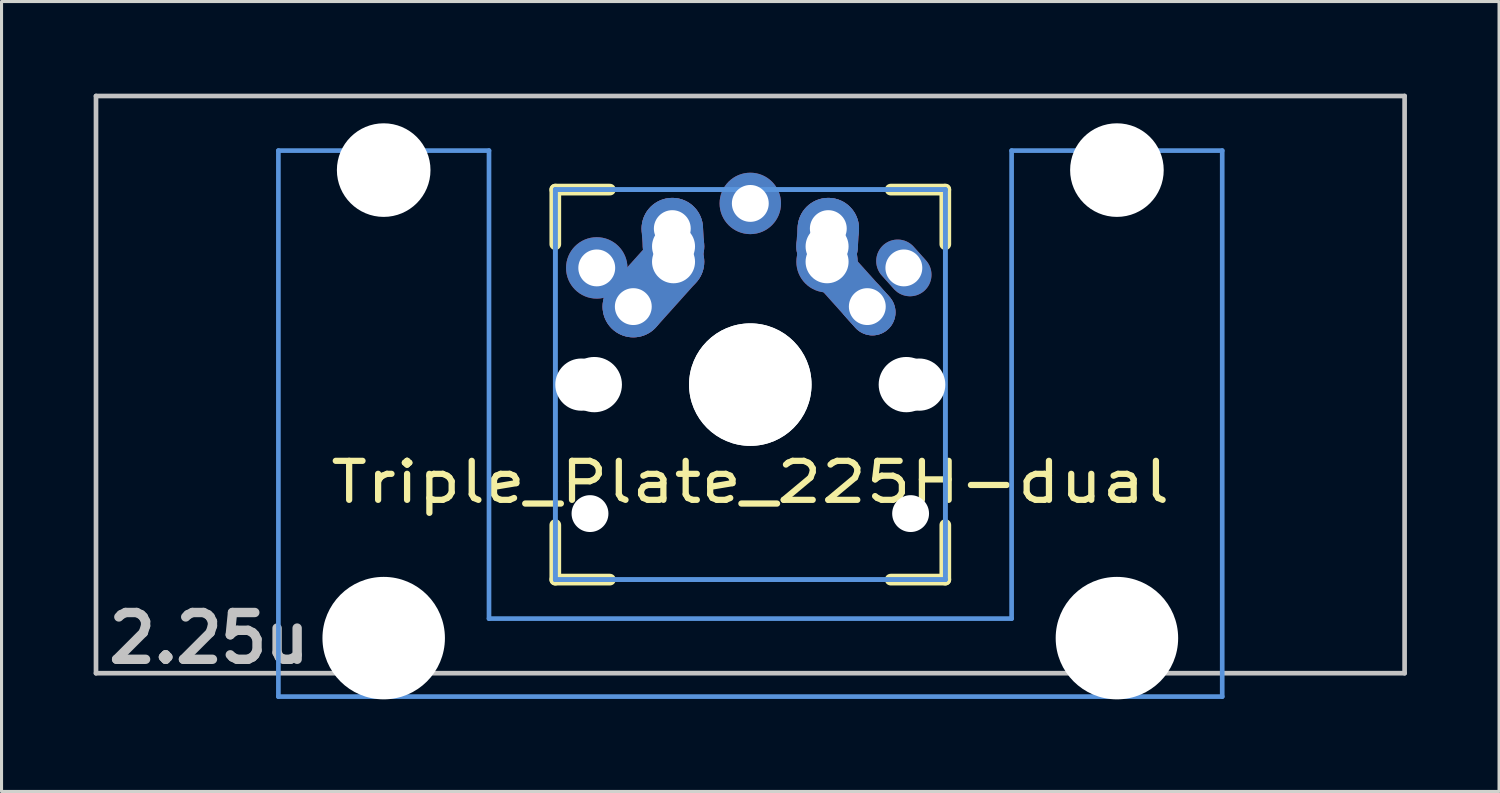
<source format=kicad_pcb>
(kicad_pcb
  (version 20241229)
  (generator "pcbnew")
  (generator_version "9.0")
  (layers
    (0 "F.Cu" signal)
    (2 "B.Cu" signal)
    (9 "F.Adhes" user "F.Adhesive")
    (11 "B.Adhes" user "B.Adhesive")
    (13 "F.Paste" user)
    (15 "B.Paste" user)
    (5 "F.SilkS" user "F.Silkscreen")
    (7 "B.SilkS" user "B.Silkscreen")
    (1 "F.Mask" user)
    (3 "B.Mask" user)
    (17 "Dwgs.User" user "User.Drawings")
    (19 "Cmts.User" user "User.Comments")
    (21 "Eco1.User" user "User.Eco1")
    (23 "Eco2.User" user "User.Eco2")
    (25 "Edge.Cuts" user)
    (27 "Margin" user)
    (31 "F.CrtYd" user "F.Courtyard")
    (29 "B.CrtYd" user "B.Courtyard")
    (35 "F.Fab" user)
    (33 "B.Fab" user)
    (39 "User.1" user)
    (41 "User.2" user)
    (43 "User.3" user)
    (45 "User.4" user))
  (footprint "Triple_Plate_225H-dual"
    (layer "F.Cu")
    (at 21.382 9.474)
    (property "Reference" "Triple_Plate_225H-dual" (at 0 3.175 0) (layer "F.SilkS") (effects (font (size 1.27 1.524) (thickness 0.203))))
    (attr through_hole)
    (fp_line (start -6.35 -6.35) (end -4.572 -6.35) (stroke (width 0.381) (type solid)) (layer "F.SilkS"))
    (fp_line (start -6.35 -4.572) (end -6.35 -6.35) (stroke (width 0.381) (type solid)) (layer "F.SilkS"))
    (fp_line (start -6.35 6.35) (end -6.35 4.572) (stroke (width 0.381) (type solid)) (layer "F.SilkS"))
    (fp_line (start -4.572 6.35) (end -6.35 6.35) (stroke (width 0.381) (type solid)) (layer "F.SilkS"))
    (fp_line (start 4.572 -6.35) (end 6.35 -6.35) (stroke (width 0.381) (type solid)) (layer "F.SilkS"))
    (fp_line (start 6.35 -6.35) (end 6.35 -4.572) (stroke (width 0.381) (type solid)) (layer "F.SilkS"))
    (fp_line (start 6.35 4.572) (end 6.35 6.35) (stroke (width 0.381) (type solid)) (layer "F.SilkS"))
    (fp_line (start 6.35 6.35) (end 4.572 6.35) (stroke (width 0.381) (type solid)) (layer "F.SilkS"))
    (fp_line (start -21.306 -9.398) (end 21.306 -9.398) (stroke (width 0.152) (type solid)) (layer "Dwgs.User"))
    (fp_line (start -21.306 9.398) (end -21.306 -9.398) (stroke (width 0.152) (type solid)) (layer "Dwgs.User"))
    (fp_line (start 21.306 -9.398) (end 21.306 9.398) (stroke (width 0.152) (type solid)) (layer "Dwgs.User"))
    (fp_line (start 21.306 9.398) (end -21.306 9.398) (stroke (width 0.152) (type solid)) (layer "Dwgs.User"))
    (fp_line (start -15.367 -7.62) (end -15.367 10.16) (stroke (width 0.152) (type solid)) (layer "Cmts.User"))
    (fp_line (start -15.367 10.16) (end 15.367 10.16) (stroke (width 0.152) (type solid)) (layer "Cmts.User"))
    (fp_line (start -8.509 -7.62) (end -15.367 -7.62) (stroke (width 0.152) (type solid)) (layer "Cmts.User"))
    (fp_line (start -8.509 7.62) (end -8.509 -7.62) (stroke (width 0.152) (type solid)) (layer "Cmts.User"))
    (fp_line (start -6.35 -6.35) (end 6.35 -6.35) (stroke (width 0.152) (type solid)) (layer "Cmts.User"))
    (fp_line (start -6.35 -6.35) (end 6.35 -6.35) (stroke (width 0.152) (type solid)) (layer "Cmts.User"))
    (fp_line (start -6.35 6.35) (end -6.35 -6.35) (stroke (width 0.152) (type solid)) (layer "Cmts.User"))
    (fp_line (start -6.35 6.35) (end -6.35 -6.35) (stroke (width 0.152) (type solid)) (layer "Cmts.User"))
    (fp_line (start 6.35 -6.35) (end 6.35 6.35) (stroke (width 0.152) (type solid)) (layer "Cmts.User"))
    (fp_line (start 6.35 -6.35) (end 6.35 6.35) (stroke (width 0.152) (type solid)) (layer "Cmts.User"))
    (fp_line (start 6.35 6.35) (end -6.35 6.35) (stroke (width 0.152) (type solid)) (layer "Cmts.User"))
    (fp_line (start 6.35 6.35) (end -6.35 6.35) (stroke (width 0.152) (type solid)) (layer "Cmts.User"))
    (fp_line (start 8.509 -7.62) (end 8.509 7.62) (stroke (width 0.152) (type solid)) (layer "Cmts.User"))
    (fp_line (start 8.509 7.62) (end -8.509 7.62) (stroke (width 0.152) (type solid)) (layer "Cmts.User"))
    (fp_line (start 15.367 -7.62) (end 8.509 -7.62) (stroke (width 0.152) (type solid)) (layer "Cmts.User"))
    (fp_line (start 15.367 10.16) (end 15.367 -7.62) (stroke (width 0.152) (type solid)) (layer "Cmts.User"))
    (fp_line (start -16.129 -2.286) (end -15.265 -2.286) (stroke (width 0.152) (type solid)) (layer "Eco2.User"))
    (fp_line (start -16.129 0.508) (end -16.129 -2.286) (stroke (width 0.152) (type solid)) (layer "Eco2.User"))
    (fp_line (start -15.265 -5.69) (end -8.611 -5.69) (stroke (width 0.152) (type solid)) (layer "Eco2.User"))
    (fp_line (start -15.265 -2.286) (end -15.265 -5.69) (stroke (width 0.152) (type solid)) (layer "Eco2.User"))
    (fp_line (start -15.265 0.508) (end -16.129 0.508) (stroke (width 0.152) (type solid)) (layer "Eco2.User"))
    (fp_line (start -15.265 6.604) (end -15.265 0.508) (stroke (width 0.152) (type solid)) (layer "Eco2.User"))
    (fp_line (start -14.224 6.604) (end -15.265 6.604) (stroke (width 0.152) (type solid)) (layer "Eco2.User"))
    (fp_line (start -14.224 7.772) (end -14.224 6.604) (stroke (width 0.152) (type solid)) (layer "Eco2.User"))
    (fp_line (start -9.652 6.604) (end -9.652 7.772) (stroke (width 0.152) (type solid)) (layer "Eco2.User"))
    (fp_line (start -9.652 7.772) (end -14.224 7.772) (stroke (width 0.152) (type solid)) (layer "Eco2.User"))
    (fp_line (start -8.611 -5.69) (end -8.611 -4.877) (stroke (width 0.152) (type solid)) (layer "Eco2.User"))
    (fp_line (start -8.611 -4.877) (end -6.985 -4.877) (stroke (width 0.152) (type solid)) (layer "Eco2.User"))
    (fp_line (start -8.611 5.817) (end -8.611 6.604) (stroke (width 0.152) (type solid)) (layer "Eco2.User"))
    (fp_line (start -8.611 6.604) (end -9.652 6.604) (stroke (width 0.152) (type solid)) (layer "Eco2.User"))
    (fp_line (start -7.5 -7.5) (end 7.5 -7.5) (stroke (width 0.152) (type solid)) (layer "Eco2.User"))
    (fp_line (start -7.5 7.5) (end -7.5 -7.5) (stroke (width 0.152) (type solid)) (layer "Eco2.User"))
    (fp_line (start -6.985 -6.985) (end 6.985 -6.985) (stroke (width 0.152) (type solid)) (layer "Eco2.User"))
    (fp_line (start -6.985 -6.985) (end 6.985 -6.985) (stroke (width 0.152) (type solid)) (layer "Eco2.User"))
    (fp_line (start -6.985 -4.877) (end -6.985 -6.985) (stroke (width 0.152) (type solid)) (layer "Eco2.User"))
    (fp_line (start -6.985 5.817) (end -8.611 5.817) (stroke (width 0.152) (type solid)) (layer "Eco2.User"))
    (fp_line (start -6.985 6.985) (end -6.985 -6.985) (stroke (width 0.152) (type solid)) (layer "Eco2.User"))
    (fp_line (start -6.985 6.985) (end -6.985 5.817) (stroke (width 0.152) (type solid)) (layer "Eco2.User"))
    (fp_line (start 6.985 -6.985) (end 6.985 -4.877) (stroke (width 0.152) (type solid)) (layer "Eco2.User"))
    (fp_line (start 6.985 -6.985) (end 6.985 6.985) (stroke (width 0.152) (type solid)) (layer "Eco2.User"))
    (fp_line (start 6.985 -4.877) (end 8.611 -4.877) (stroke (width 0.152) (type solid)) (layer "Eco2.User"))
    (fp_line (start 6.985 5.817) (end 6.985 6.985) (stroke (width 0.152) (type solid)) (layer "Eco2.User"))
    (fp_line (start 6.985 6.985) (end -6.985 6.985) (stroke (width 0.152) (type solid)) (layer "Eco2.User"))
    (fp_line (start 6.985 6.985) (end -6.985 6.985) (stroke (width 0.152) (type solid)) (layer "Eco2.User"))
    (fp_line (start 7.5 -7.5) (end 7.5 7.5) (stroke (width 0.152) (type solid)) (layer "Eco2.User"))
    (fp_line (start 7.5 7.5) (end -7.5 7.5) (stroke (width 0.152) (type solid)) (layer "Eco2.User"))
    (fp_line (start 8.611 -5.69) (end 15.265 -5.69) (stroke (width 0.152) (type solid)) (layer "Eco2.User"))
    (fp_line (start 8.611 -4.877) (end 8.611 -5.69) (stroke (width 0.152) (type solid)) (layer "Eco2.User"))
    (fp_line (start 8.611 5.817) (end 6.985 5.817) (stroke (width 0.152) (type solid)) (layer "Eco2.User"))
    (fp_line (start 8.611 6.604) (end 8.611 5.817) (stroke (width 0.152) (type solid)) (layer "Eco2.User"))
    (fp_line (start 9.652 6.604) (end 8.611 6.604) (stroke (width 0.152) (type solid)) (layer "Eco2.User"))
    (fp_line (start 9.652 7.772) (end 9.652 6.604) (stroke (width 0.152) (type solid)) (layer "Eco2.User"))
    (fp_line (start 14.224 6.604) (end 14.224 7.772) (stroke (width 0.152) (type solid)) (layer "Eco2.User"))
    (fp_line (start 14.224 7.772) (end 9.652 7.772) (stroke (width 0.152) (type solid)) (layer "Eco2.User"))
    (fp_line (start 15.265 -5.69) (end 15.265 -2.286) (stroke (width 0.152) (type solid)) (layer "Eco2.User"))
    (fp_line (start 15.265 -2.286) (end 16.129 -2.286) (stroke (width 0.152) (type solid)) (layer "Eco2.User"))
    (fp_line (start 15.265 0.508) (end 15.265 6.604) (stroke (width 0.152) (type solid)) (layer "Eco2.User"))
    (fp_line (start 15.265 6.604) (end 14.224 6.604) (stroke (width 0.152) (type solid)) (layer "Eco2.User"))
    (fp_line (start 16.129 -2.286) (end 16.129 0.508) (stroke (width 0.152) (type solid)) (layer "Eco2.User"))
    (fp_line (start 16.129 0.508) (end 15.265 0.508) (stroke (width 0.152) (type solid)) (layer "Eco2.User"))
    (fp_text user "2.25u" (at -17.623 8.255 0) (layer "Dwgs.User") (effects (font (size 1.524 1.524) (thickness 0.305))))
    (pad "" np_thru_hole circle (at -11.938 -6.985) (size 3.048 3.048) (drill 3.048) (layers "*.Cu"))
    (pad "" np_thru_hole circle (at -11.938 8.255) (size 3.988 3.988) (drill 3.988) (layers "*.Cu"))
    (pad "" np_thru_hole circle (at -5.5 0) (size 1.7 1.7) (drill 1.7) (layers "*.Cu"))
    (pad "" np_thru_hole circle (at -5.22 4.2) (size 1.2 1.2) (drill 1.2) (layers "*.Cu"))
    (pad "" np_thru_hole circle (at -5.08 0) (size 1.8 1.8) (drill 1.8) (layers "*.Cu"))
    (pad "" np_thru_hole circle (at 0 0) (size 3.988 3.988) (drill 3.988) (layers "*.Cu"))
    (pad "" np_thru_hole circle (at 0 0) (size 3.988 3.988) (drill 3.988) (layers "*.Cu"))
    (pad "" np_thru_hole circle (at 5.08 0) (size 1.8 1.8) (drill 1.8) (layers "*.Cu"))
    (pad "" np_thru_hole circle (at 5.22 4.2) (size 1.2 1.2) (drill 1.2) (layers "*.Cu"))
    (pad "" np_thru_hole circle (at 5.5 0) (size 1.7 1.7) (drill 1.7) (layers "*.Cu"))
    (pad "" np_thru_hole circle (at 11.938 -6.985) (size 3.048 3.048) (drill 3.048) (layers "*.Cu"))
    (pad "" np_thru_hole circle (at 11.938 8.255) (size 3.988 3.988) (drill 3.988) (layers "*.Cu"))
    (pad "1" thru_hole circle (at -5 -3.8 138.1) (size 2 2) (drill 1.2) (layers "*.Cu" "*.Mask"))
    (pad "1" thru_hole circle (at -3.81 -2.54) (size 2 2) (drill oval 1.2) (layers "*.Cu" "*.Mask"))
    (pad "1" smd oval (at -3.155 -3.27 138.1) (size 2 3.962) (layers "F.Cu" "F.Mask" "F.Paste"))
    (pad "1" smd oval (at -3.155 -3.27 138.1) (size 2 3.962) (layers "B.Cu" "B.Mask" "B.Paste"))
    (pad "1" thru_hole circle (at -2.54 -5.08 330.95) (size 2 2) (drill 1.2) (layers "*.Cu" "*.Mask"))
    (pad "1" smd oval (at -2.52 -4.79 3.945) (size 2 2.581) (layers "F.Cu" "F.Mask" "F.Paste"))
    (pad "1" smd oval (at -2.52 -4.79 3.945) (size 2 2.581) (layers "B.Cu" "B.Mask" "B.Paste"))
    (pad "1" thru_hole circle (at -2.5 -4.5 330.95) (size 2 2) (drill 1.4) (layers "*.Cu" "*.Mask"))
    (pad "1" thru_hole circle (at -2.5 -4 330.95) (size 2 2) (drill 1.4) (layers "*.Cu" "*.Mask"))
    (pad "1" thru_hole oval (at 5 -3.8 221.9) (size 1.4 2) (drill 1.2) (layers "*.Cu" "*.Mask"))
    (pad "2" thru_hole circle (at 0 -5.9) (size 2 2) (drill 1.2) (layers "*.Cu" "*.Mask"))
    (pad "2" thru_hole circle (at 2.5 -4.5 330.95) (size 2 2) (drill 1.4) (layers "*.Cu" "*.Mask"))
    (pad "2" thru_hole circle (at 2.5 -4) (size 2 2) (drill 1.4) (layers "*.Cu" "*.Mask"))
    (pad "2" smd oval (at 2.52 -4.79 356.055) (size 2 2.581) (layers "F.Cu" "F.Mask" "F.Paste"))
    (pad "2" smd oval (at 2.52 -4.79 356.055) (size 2 2.581) (layers "B.Cu" "B.Mask" "B.Paste"))
    (pad "2" thru_hole circle (at 2.54 -5.08 330.95) (size 2 2) (drill 1.2) (layers "*.Cu" "*.Mask"))
    (pad "2" smd oval (at 3.155 -3.27 221.9) (size 1.5 3.962) (layers "F.Cu" "F.Mask" "F.Paste"))
    (pad "2" smd oval (at 3.155 -3.27 221.9) (size 1.5 3.962) (layers "B.Cu" "B.Mask" "B.Paste"))
    (pad "2" thru_hole oval (at 3.81 -2.54 311.9) (size 2 1.5) (drill 1.2) (layers "*.Cu" "*.Mask")))
  (gr_rect
    (start -3 -3)
    (end 45.763 22.723)
    (stroke (width 0.1) (type default))
    (fill no)
    (layer "Edge.Cuts")))
</source>
